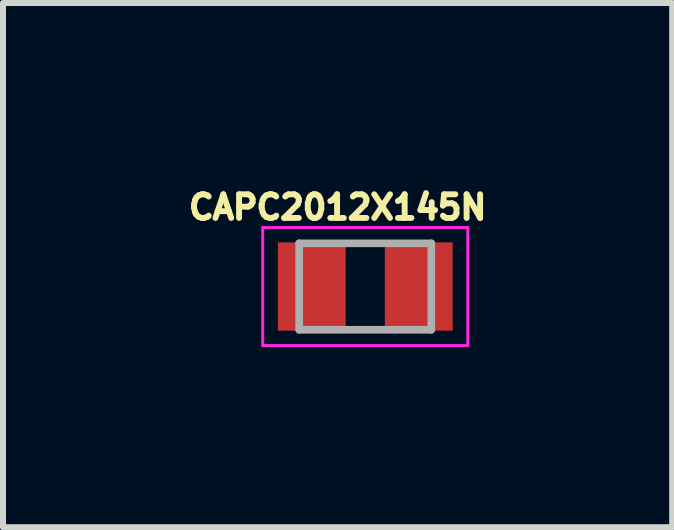
<source format=kicad_pcb>
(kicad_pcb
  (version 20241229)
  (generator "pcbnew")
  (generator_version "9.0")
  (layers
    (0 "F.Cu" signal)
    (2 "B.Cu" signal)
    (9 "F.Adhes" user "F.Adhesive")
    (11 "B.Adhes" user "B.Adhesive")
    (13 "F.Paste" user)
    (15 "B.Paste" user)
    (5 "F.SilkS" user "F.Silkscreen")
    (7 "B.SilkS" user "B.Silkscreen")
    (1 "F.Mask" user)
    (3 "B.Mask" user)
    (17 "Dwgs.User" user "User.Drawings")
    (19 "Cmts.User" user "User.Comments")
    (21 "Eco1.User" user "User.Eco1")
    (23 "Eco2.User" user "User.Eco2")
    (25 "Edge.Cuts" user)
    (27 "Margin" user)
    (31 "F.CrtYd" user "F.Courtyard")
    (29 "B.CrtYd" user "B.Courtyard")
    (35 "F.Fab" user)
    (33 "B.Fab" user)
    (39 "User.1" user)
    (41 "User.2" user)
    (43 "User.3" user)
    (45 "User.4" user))
  (footprint "CAPC2012X145N"
    (layer "F.Cu")
    (at 3.034 1.723)
    (property "Reference" "CAPC2012X145N" (at -0.46 -1.32 0) (layer "F.SilkS") (effects (font (size 0.394 0.394) (thickness 0.15))))
    (attr smd)
    (fp_line (start -1.708 -0.983) (end 1.708 -0.983) (stroke (width 0.05) (type solid)) (layer "F.CrtYd"))
    (fp_line (start -1.708 0.983) (end -1.708 -0.983) (stroke (width 0.05) (type solid)) (layer "F.CrtYd"))
    (fp_line (start -1.708 0.983) (end 1.708 0.983) (stroke (width 0.05) (type solid)) (layer "F.CrtYd"))
    (fp_line (start 1.708 0.983) (end 1.708 -0.983) (stroke (width 0.05) (type solid)) (layer "F.CrtYd"))
    (fp_line (start -1.1 0.72) (end -1.1 -0.72) (stroke (width 0.127) (type solid)) (layer "F.Fab"))
    (fp_line (start 1.1 -0.72) (end -1.1 -0.72) (stroke (width 0.127) (type solid)) (layer "F.Fab"))
    (fp_line (start 1.1 0.72) (end -1.1 0.72) (stroke (width 0.127) (type solid)) (layer "F.Fab"))
    (fp_line (start 1.1 0.72) (end 1.1 -0.72) (stroke (width 0.127) (type solid)) (layer "F.Fab"))
    (pad "1" smd rect (at -0.891 0) (size 1.13 1.47) (layers "F.Cu" "F.Mask" "F.Paste"))
    (pad "2" smd rect (at 0.891 0) (size 1.13 1.47) (layers "F.Cu" "F.Mask" "F.Paste")))
  (gr_rect
    (start -3 -3)
    (end 8.147 5.731)
    (stroke (width 0.1) (type default))
    (fill no)
    (layer "Edge.Cuts")))
</source>
